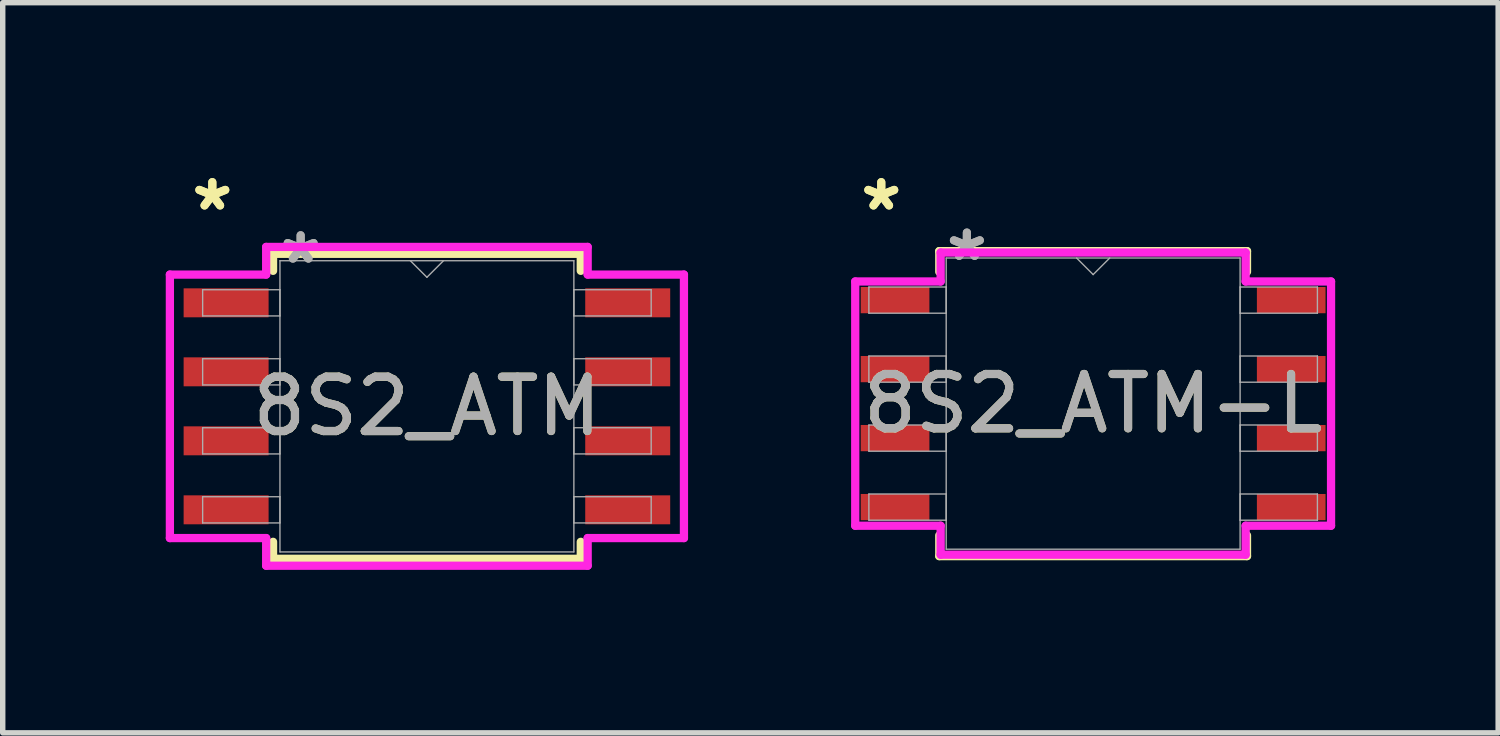
<source format=kicad_pcb>
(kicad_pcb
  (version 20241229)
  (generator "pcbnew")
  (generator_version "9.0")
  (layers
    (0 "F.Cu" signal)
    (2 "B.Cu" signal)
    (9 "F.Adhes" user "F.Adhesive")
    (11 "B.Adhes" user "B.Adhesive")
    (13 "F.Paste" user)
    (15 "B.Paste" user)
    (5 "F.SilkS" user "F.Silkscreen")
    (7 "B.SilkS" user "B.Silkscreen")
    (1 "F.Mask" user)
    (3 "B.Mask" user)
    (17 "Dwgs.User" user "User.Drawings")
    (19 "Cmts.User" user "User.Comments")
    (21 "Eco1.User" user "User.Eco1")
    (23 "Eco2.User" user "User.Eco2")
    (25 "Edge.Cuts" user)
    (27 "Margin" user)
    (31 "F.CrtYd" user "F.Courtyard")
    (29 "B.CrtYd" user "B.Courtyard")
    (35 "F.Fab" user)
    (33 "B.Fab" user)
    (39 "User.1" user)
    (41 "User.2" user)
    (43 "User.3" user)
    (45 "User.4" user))
  (footprint "8S2_ATM-L"
    (layer "F.Cu")
    (at 17.071 4.379)
    (property "Reference" "8S2_ATM-L" (at 0 0 0) (unlocked yes) (layer "F.SilkS") (effects (font (size 1 1) (thickness 0.15))))
    (attr smd)
    (fp_line (start -2.832 -2.807) (end -2.832 -2.425) (stroke (width 0.152) (type solid)) (layer "F.SilkS"))
    (fp_line (start -2.832 2.425) (end -2.832 2.807) (stroke (width 0.152) (type solid)) (layer "F.SilkS"))
    (fp_line (start -2.832 2.807) (end 2.832 2.807) (stroke (width 0.152) (type solid)) (layer "F.SilkS"))
    (fp_line (start 2.832 -2.807) (end -2.832 -2.807) (stroke (width 0.152) (type solid)) (layer "F.SilkS"))
    (fp_line (start 2.832 -2.425) (end 2.832 -2.807) (stroke (width 0.152) (type solid)) (layer "F.SilkS"))
    (fp_line (start 2.832 2.807) (end 2.832 2.425) (stroke (width 0.152) (type solid)) (layer "F.SilkS"))
    (fp_line (start -4.379 -2.248) (end -2.807 -2.248) (stroke (width 0.152) (type solid)) (layer "F.CrtYd"))
    (fp_line (start -4.379 2.248) (end -4.379 -2.248) (stroke (width 0.152) (type solid)) (layer "F.CrtYd"))
    (fp_line (start -4.379 2.248) (end -2.807 2.248) (stroke (width 0.152) (type solid)) (layer "F.CrtYd"))
    (fp_line (start -2.807 -2.781) (end 2.807 -2.781) (stroke (width 0.152) (type solid)) (layer "F.CrtYd"))
    (fp_line (start -2.807 -2.248) (end -2.807 -2.781) (stroke (width 0.152) (type solid)) (layer "F.CrtYd"))
    (fp_line (start -2.807 2.781) (end -2.807 2.248) (stroke (width 0.152) (type solid)) (layer "F.CrtYd"))
    (fp_line (start 2.807 -2.781) (end 2.807 -2.248) (stroke (width 0.152) (type solid)) (layer "F.CrtYd"))
    (fp_line (start 2.807 2.248) (end 2.807 2.781) (stroke (width 0.152) (type solid)) (layer "F.CrtYd"))
    (fp_line (start 2.807 2.781) (end -2.807 2.781) (stroke (width 0.152) (type solid)) (layer "F.CrtYd"))
    (fp_line (start 4.379 -2.248) (end 2.807 -2.248) (stroke (width 0.152) (type solid)) (layer "F.CrtYd"))
    (fp_line (start 4.379 -2.248) (end 4.379 2.248) (stroke (width 0.152) (type solid)) (layer "F.CrtYd"))
    (fp_line (start 4.379 2.248) (end 2.807 2.248) (stroke (width 0.152) (type solid)) (layer "F.CrtYd"))
    (fp_line (start -4.128 -2.146) (end -4.128 -1.664) (stroke (width 0.025) (type solid)) (layer "F.Fab"))
    (fp_line (start -4.128 -1.664) (end -2.705 -1.664) (stroke (width 0.025) (type solid)) (layer "F.Fab"))
    (fp_line (start -4.128 -0.876) (end -4.128 -0.394) (stroke (width 0.025) (type solid)) (layer "F.Fab"))
    (fp_line (start -4.128 -0.394) (end -2.705 -0.394) (stroke (width 0.025) (type solid)) (layer "F.Fab"))
    (fp_line (start -4.128 0.394) (end -4.128 0.876) (stroke (width 0.025) (type solid)) (layer "F.Fab"))
    (fp_line (start -4.128 0.876) (end -2.705 0.876) (stroke (width 0.025) (type solid)) (layer "F.Fab"))
    (fp_line (start -4.128 1.664) (end -4.128 2.146) (stroke (width 0.025) (type solid)) (layer "F.Fab"))
    (fp_line (start -4.128 2.146) (end -2.705 2.146) (stroke (width 0.025) (type solid)) (layer "F.Fab"))
    (fp_line (start -2.705 -2.68) (end -2.705 2.68) (stroke (width 0.025) (type solid)) (layer "F.Fab"))
    (fp_line (start -2.705 -2.146) (end -4.128 -2.146) (stroke (width 0.025) (type solid)) (layer "F.Fab"))
    (fp_line (start -2.705 -1.664) (end -2.705 -2.146) (stroke (width 0.025) (type solid)) (layer "F.Fab"))
    (fp_line (start -2.705 -0.876) (end -4.128 -0.876) (stroke (width 0.025) (type solid)) (layer "F.Fab"))
    (fp_line (start -2.705 -0.394) (end -2.705 -0.876) (stroke (width 0.025) (type solid)) (layer "F.Fab"))
    (fp_line (start -2.705 0.394) (end -4.128 0.394) (stroke (width 0.025) (type solid)) (layer "F.Fab"))
    (fp_line (start -2.705 0.876) (end -2.705 0.394) (stroke (width 0.025) (type solid)) (layer "F.Fab"))
    (fp_line (start -2.705 1.664) (end -4.128 1.664) (stroke (width 0.025) (type solid)) (layer "F.Fab"))
    (fp_line (start -2.705 2.146) (end -2.705 1.664) (stroke (width 0.025) (type solid)) (layer "F.Fab"))
    (fp_line (start -2.705 2.68) (end 2.705 2.68) (stroke (width 0.025) (type solid)) (layer "F.Fab"))
    (fp_line (start -0.305 -2.68) (end 0 -2.375) (stroke (width 0.025) (type solid)) (layer "F.Fab"))
    (fp_line (start 0 -2.375) (end 0.305 -2.68) (stroke (width 0.025) (type solid)) (layer "F.Fab"))
    (fp_line (start 2.705 -2.68) (end -2.705 -2.68) (stroke (width 0.025) (type solid)) (layer "F.Fab"))
    (fp_line (start 2.705 -2.146) (end 2.705 -1.664) (stroke (width 0.025) (type solid)) (layer "F.Fab"))
    (fp_line (start 2.705 -1.664) (end 4.128 -1.664) (stroke (width 0.025) (type solid)) (layer "F.Fab"))
    (fp_line (start 2.705 -0.876) (end 2.705 -0.394) (stroke (width 0.025) (type solid)) (layer "F.Fab"))
    (fp_line (start 2.705 -0.394) (end 4.128 -0.394) (stroke (width 0.025) (type solid)) (layer "F.Fab"))
    (fp_line (start 2.705 0.394) (end 2.705 0.876) (stroke (width 0.025) (type solid)) (layer "F.Fab"))
    (fp_line (start 2.705 0.876) (end 4.128 0.876) (stroke (width 0.025) (type solid)) (layer "F.Fab"))
    (fp_line (start 2.705 1.664) (end 2.705 2.146) (stroke (width 0.025) (type solid)) (layer "F.Fab"))
    (fp_line (start 2.705 2.146) (end 4.128 2.146) (stroke (width 0.025) (type solid)) (layer "F.Fab"))
    (fp_line (start 2.705 2.68) (end 2.705 -2.68) (stroke (width 0.025) (type solid)) (layer "F.Fab"))
    (fp_line (start 4.128 -2.146) (end 2.705 -2.146) (stroke (width 0.025) (type solid)) (layer "F.Fab"))
    (fp_line (start 4.128 -1.664) (end 4.128 -2.146) (stroke (width 0.025) (type solid)) (layer "F.Fab"))
    (fp_line (start 4.128 -0.876) (end 2.705 -0.876) (stroke (width 0.025) (type solid)) (layer "F.Fab"))
    (fp_line (start 4.128 -0.394) (end 4.128 -0.876) (stroke (width 0.025) (type solid)) (layer "F.Fab"))
    (fp_line (start 4.128 0.394) (end 2.705 0.394) (stroke (width 0.025) (type solid)) (layer "F.Fab"))
    (fp_line (start 4.128 0.876) (end 4.128 0.394) (stroke (width 0.025) (type solid)) (layer "F.Fab"))
    (fp_line (start 4.128 1.664) (end 2.705 1.664) (stroke (width 0.025) (type solid)) (layer "F.Fab"))
    (fp_line (start 4.128 2.146) (end 4.128 1.664) (stroke (width 0.025) (type solid)) (layer "F.Fab"))
    (fp_text user "*" (at -3.9 -3.531 0) (unlocked yes) (layer "F.SilkS") (effects (font (size 1 1) (thickness 0.15))))
    (fp_text user "*" (at -3.9 -3.531 0) (layer "F.SilkS") (effects (font (size 1 1) (thickness 0.15))))
    (fp_text user "*" (at -2.324 -2.603 0) (layer "F.Fab") (effects (font (size 1 1) (thickness 0.15))))
    (fp_text user "${REFERENCE}" (at 0 0 0) (unlocked yes) (layer "F.Fab") (effects (font (size 1 1) (thickness 0.15))))
    (fp_text user "*" (at -2.324 -2.603 0) (unlocked yes) (layer "F.Fab") (effects (font (size 1 1) (thickness 0.15))))
    (pad "1" smd rect (at -3.646 -1.905) (size 1.264 0.483) (layers "F.Cu" "F.Mask" "F.Paste"))
    (pad "2" smd rect (at -3.646 -0.635) (size 1.264 0.483) (layers "F.Cu" "F.Mask" "F.Paste"))
    (pad "3" smd rect (at -3.646 0.635) (size 1.264 0.483) (layers "F.Cu" "F.Mask" "F.Paste"))
    (pad "4" smd rect (at -3.646 1.905) (size 1.264 0.483) (layers "F.Cu" "F.Mask" "F.Paste"))
    (pad "5" smd rect (at 3.646 1.905) (size 1.264 0.483) (layers "F.Cu" "F.Mask" "F.Paste"))
    (pad "6" smd rect (at 3.646 0.635) (size 1.264 0.483) (layers "F.Cu" "F.Mask" "F.Paste"))
    (pad "7" smd rect (at 3.646 -0.635) (size 1.264 0.483) (layers "F.Cu" "F.Mask" "F.Paste"))
    (pad "8" smd rect (at 3.646 -1.905) (size 1.264 0.483) (layers "F.Cu" "F.Mask" "F.Paste")))
  (footprint "8S2_ATM"
    (layer "F.Cu")
    (at 4.808 4.429)
    (property "Reference" "8S2_ATM" (at 0 0 0) (unlocked yes) (layer "F.SilkS") (effects (font (size 1 1) (thickness 0.15))))
    (attr smd)
    (fp_line (start -2.832 -2.807) (end -2.832 -2.494) (stroke (width 0.152) (type solid)) (layer "F.SilkS"))
    (fp_line (start -2.832 2.494) (end -2.832 2.807) (stroke (width 0.152) (type solid)) (layer "F.SilkS"))
    (fp_line (start -2.832 2.807) (end 2.832 2.807) (stroke (width 0.152) (type solid)) (layer "F.SilkS"))
    (fp_line (start 2.832 -2.807) (end -2.832 -2.807) (stroke (width 0.152) (type solid)) (layer "F.SilkS"))
    (fp_line (start 2.832 -2.494) (end 2.832 -2.807) (stroke (width 0.152) (type solid)) (layer "F.SilkS"))
    (fp_line (start 2.832 2.807) (end 2.832 2.494) (stroke (width 0.152) (type solid)) (layer "F.SilkS"))
    (fp_line (start -4.731 -2.425) (end -2.959 -2.425) (stroke (width 0.152) (type solid)) (layer "F.CrtYd"))
    (fp_line (start -4.731 2.425) (end -4.731 -2.425) (stroke (width 0.152) (type solid)) (layer "F.CrtYd"))
    (fp_line (start -4.731 2.425) (end -2.959 2.425) (stroke (width 0.152) (type solid)) (layer "F.CrtYd"))
    (fp_line (start -2.959 -2.934) (end 2.959 -2.934) (stroke (width 0.152) (type solid)) (layer "F.CrtYd"))
    (fp_line (start -2.959 -2.425) (end -2.959 -2.934) (stroke (width 0.152) (type solid)) (layer "F.CrtYd"))
    (fp_line (start -2.959 2.934) (end -2.959 2.425) (stroke (width 0.152) (type solid)) (layer "F.CrtYd"))
    (fp_line (start 2.959 -2.934) (end 2.959 -2.425) (stroke (width 0.152) (type solid)) (layer "F.CrtYd"))
    (fp_line (start 2.959 2.425) (end 2.959 2.934) (stroke (width 0.152) (type solid)) (layer "F.CrtYd"))
    (fp_line (start 2.959 2.934) (end -2.959 2.934) (stroke (width 0.152) (type solid)) (layer "F.CrtYd"))
    (fp_line (start 4.731 -2.425) (end 2.959 -2.425) (stroke (width 0.152) (type solid)) (layer "F.CrtYd"))
    (fp_line (start 4.731 -2.425) (end 4.731 2.425) (stroke (width 0.152) (type solid)) (layer "F.CrtYd"))
    (fp_line (start 4.731 2.425) (end 2.959 2.425) (stroke (width 0.152) (type solid)) (layer "F.CrtYd"))
    (fp_line (start -4.128 -2.146) (end -4.128 -1.664) (stroke (width 0.025) (type solid)) (layer "F.Fab"))
    (fp_line (start -4.128 -1.664) (end -2.705 -1.664) (stroke (width 0.025) (type solid)) (layer "F.Fab"))
    (fp_line (start -4.128 -0.876) (end -4.128 -0.394) (stroke (width 0.025) (type solid)) (layer "F.Fab"))
    (fp_line (start -4.128 -0.394) (end -2.705 -0.394) (stroke (width 0.025) (type solid)) (layer "F.Fab"))
    (fp_line (start -4.128 0.394) (end -4.128 0.876) (stroke (width 0.025) (type solid)) (layer "F.Fab"))
    (fp_line (start -4.128 0.876) (end -2.705 0.876) (stroke (width 0.025) (type solid)) (layer "F.Fab"))
    (fp_line (start -4.128 1.664) (end -4.128 2.146) (stroke (width 0.025) (type solid)) (layer "F.Fab"))
    (fp_line (start -4.128 2.146) (end -2.705 2.146) (stroke (width 0.025) (type solid)) (layer "F.Fab"))
    (fp_line (start -2.705 -2.68) (end -2.705 2.68) (stroke (width 0.025) (type solid)) (layer "F.Fab"))
    (fp_line (start -2.705 -2.146) (end -4.128 -2.146) (stroke (width 0.025) (type solid)) (layer "F.Fab"))
    (fp_line (start -2.705 -1.664) (end -2.705 -2.146) (stroke (width 0.025) (type solid)) (layer "F.Fab"))
    (fp_line (start -2.705 -0.876) (end -4.128 -0.876) (stroke (width 0.025) (type solid)) (layer "F.Fab"))
    (fp_line (start -2.705 -0.394) (end -2.705 -0.876) (stroke (width 0.025) (type solid)) (layer "F.Fab"))
    (fp_line (start -2.705 0.394) (end -4.128 0.394) (stroke (width 0.025) (type solid)) (layer "F.Fab"))
    (fp_line (start -2.705 0.876) (end -2.705 0.394) (stroke (width 0.025) (type solid)) (layer "F.Fab"))
    (fp_line (start -2.705 1.664) (end -4.128 1.664) (stroke (width 0.025) (type solid)) (layer "F.Fab"))
    (fp_line (start -2.705 2.146) (end -2.705 1.664) (stroke (width 0.025) (type solid)) (layer "F.Fab"))
    (fp_line (start -2.705 2.68) (end 2.705 2.68) (stroke (width 0.025) (type solid)) (layer "F.Fab"))
    (fp_line (start -0.305 -2.68) (end 0 -2.375) (stroke (width 0.025) (type solid)) (layer "F.Fab"))
    (fp_line (start 0 -2.375) (end 0.305 -2.68) (stroke (width 0.025) (type solid)) (layer "F.Fab"))
    (fp_line (start 2.705 -2.68) (end -2.705 -2.68) (stroke (width 0.025) (type solid)) (layer "F.Fab"))
    (fp_line (start 2.705 -2.146) (end 2.705 -1.664) (stroke (width 0.025) (type solid)) (layer "F.Fab"))
    (fp_line (start 2.705 -1.664) (end 4.128 -1.664) (stroke (width 0.025) (type solid)) (layer "F.Fab"))
    (fp_line (start 2.705 -0.876) (end 2.705 -0.394) (stroke (width 0.025) (type solid)) (layer "F.Fab"))
    (fp_line (start 2.705 -0.394) (end 4.128 -0.394) (stroke (width 0.025) (type solid)) (layer "F.Fab"))
    (fp_line (start 2.705 0.394) (end 2.705 0.876) (stroke (width 0.025) (type solid)) (layer "F.Fab"))
    (fp_line (start 2.705 0.876) (end 4.128 0.876) (stroke (width 0.025) (type solid)) (layer "F.Fab"))
    (fp_line (start 2.705 1.664) (end 2.705 2.146) (stroke (width 0.025) (type solid)) (layer "F.Fab"))
    (fp_line (start 2.705 2.146) (end 4.128 2.146) (stroke (width 0.025) (type solid)) (layer "F.Fab"))
    (fp_line (start 2.705 2.68) (end 2.705 -2.68) (stroke (width 0.025) (type solid)) (layer "F.Fab"))
    (fp_line (start 4.128 -2.146) (end 2.705 -2.146) (stroke (width 0.025) (type solid)) (layer "F.Fab"))
    (fp_line (start 4.128 -1.664) (end 4.128 -2.146) (stroke (width 0.025) (type solid)) (layer "F.Fab"))
    (fp_line (start 4.128 -0.876) (end 2.705 -0.876) (stroke (width 0.025) (type solid)) (layer "F.Fab"))
    (fp_line (start 4.128 -0.394) (end 4.128 -0.876) (stroke (width 0.025) (type solid)) (layer "F.Fab"))
    (fp_line (start 4.128 0.394) (end 2.705 0.394) (stroke (width 0.025) (type solid)) (layer "F.Fab"))
    (fp_line (start 4.128 0.876) (end 4.128 0.394) (stroke (width 0.025) (type solid)) (layer "F.Fab"))
    (fp_line (start 4.128 1.664) (end 2.705 1.664) (stroke (width 0.025) (type solid)) (layer "F.Fab"))
    (fp_line (start 4.128 2.146) (end 4.128 1.664) (stroke (width 0.025) (type solid)) (layer "F.Fab"))
    (fp_text user "*" (at -3.95 -3.581 0) (layer "F.SilkS") (effects (font (size 1 1) (thickness 0.15))))
    (fp_text user "*" (at -3.95 -3.581 0) (unlocked yes) (layer "F.SilkS") (effects (font (size 1 1) (thickness 0.15))))
    (fp_text user "*" (at -2.324 -2.603 0) (layer "F.Fab") (effects (font (size 1 1) (thickness 0.15))))
    (fp_text user "*" (at -2.324 -2.603 0) (unlocked yes) (layer "F.Fab") (effects (font (size 1 1) (thickness 0.15))))
    (fp_text user "${REFERENCE}" (at 0 0 0) (unlocked yes) (layer "F.Fab") (effects (font (size 1 1) (thickness 0.15))))
    (pad "1" smd rect (at -3.696 -1.905) (size 1.564 0.533) (layers "F.Cu" "F.Mask" "F.Paste"))
    (pad "2" smd rect (at -3.696 -0.635) (size 1.564 0.533) (layers "F.Cu" "F.Mask" "F.Paste"))
    (pad "3" smd rect (at -3.696 0.635) (size 1.564 0.533) (layers "F.Cu" "F.Mask" "F.Paste"))
    (pad "4" smd rect (at -3.696 1.905) (size 1.564 0.533) (layers "F.Cu" "F.Mask" "F.Paste"))
    (pad "5" smd rect (at 3.696 1.905) (size 1.564 0.533) (layers "F.Cu" "F.Mask" "F.Paste"))
    (pad "6" smd rect (at 3.696 0.635) (size 1.564 0.533) (layers "F.Cu" "F.Mask" "F.Paste"))
    (pad "7" smd rect (at 3.696 -0.635) (size 1.564 0.533) (layers "F.Cu" "F.Mask" "F.Paste"))
    (pad "8" smd rect (at 3.696 -1.905) (size 1.564 0.533) (layers "F.Cu" "F.Mask" "F.Paste")))
  (gr_rect
    (start -3 -3)
    (end 24.526 10.439)
    (stroke (width 0.1) (type default))
    (fill no)
    (layer "Edge.Cuts")))
</source>
